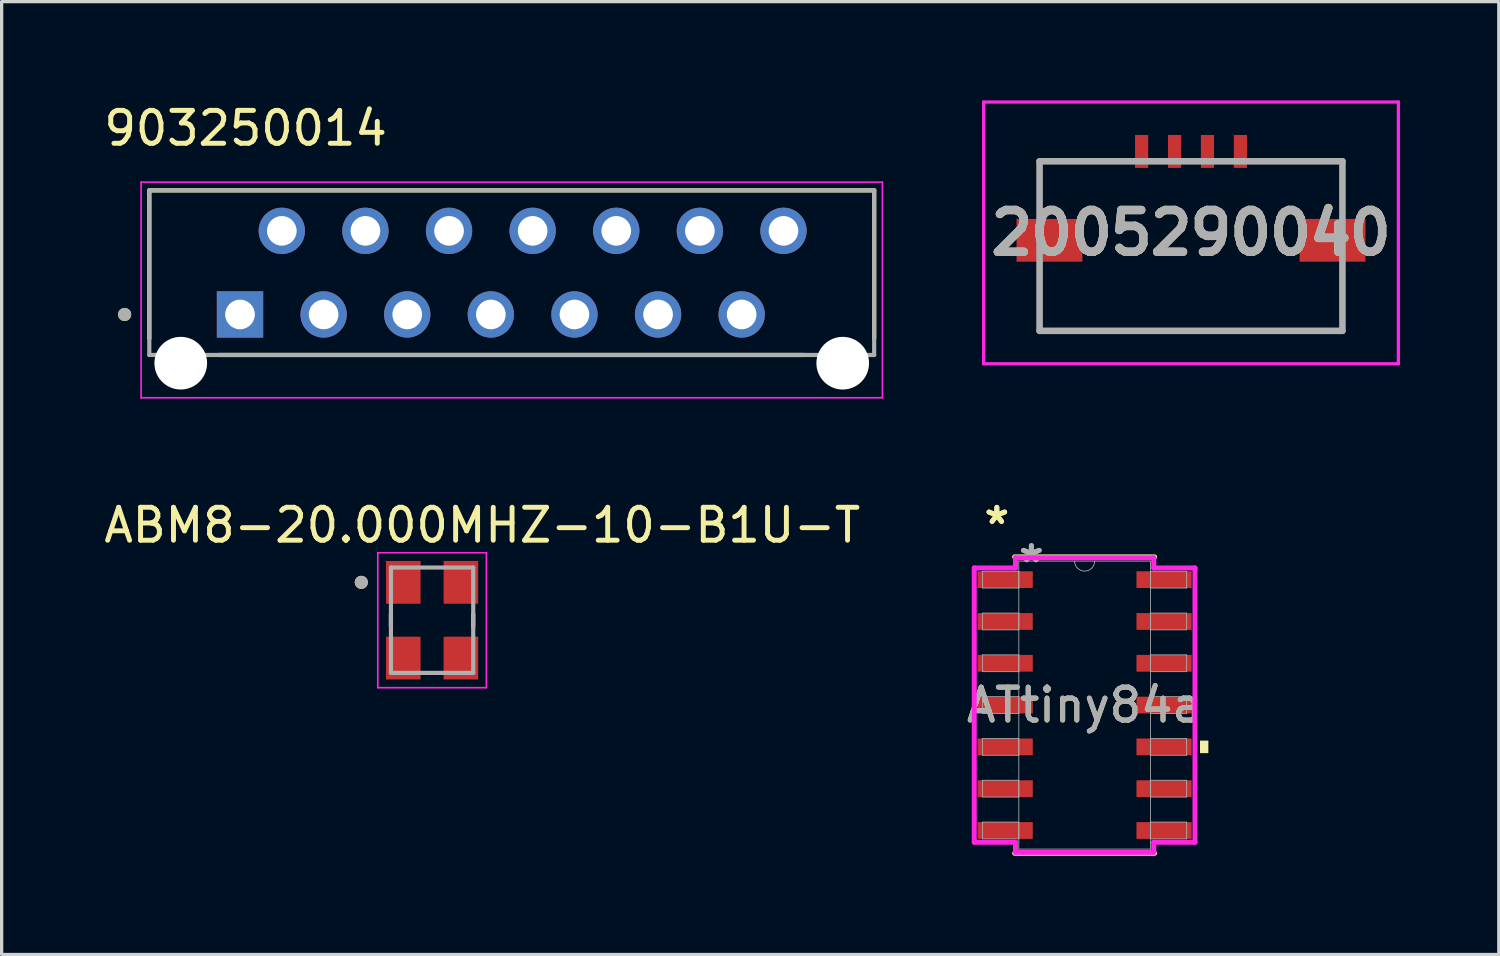
<source format=kicad_pcb>
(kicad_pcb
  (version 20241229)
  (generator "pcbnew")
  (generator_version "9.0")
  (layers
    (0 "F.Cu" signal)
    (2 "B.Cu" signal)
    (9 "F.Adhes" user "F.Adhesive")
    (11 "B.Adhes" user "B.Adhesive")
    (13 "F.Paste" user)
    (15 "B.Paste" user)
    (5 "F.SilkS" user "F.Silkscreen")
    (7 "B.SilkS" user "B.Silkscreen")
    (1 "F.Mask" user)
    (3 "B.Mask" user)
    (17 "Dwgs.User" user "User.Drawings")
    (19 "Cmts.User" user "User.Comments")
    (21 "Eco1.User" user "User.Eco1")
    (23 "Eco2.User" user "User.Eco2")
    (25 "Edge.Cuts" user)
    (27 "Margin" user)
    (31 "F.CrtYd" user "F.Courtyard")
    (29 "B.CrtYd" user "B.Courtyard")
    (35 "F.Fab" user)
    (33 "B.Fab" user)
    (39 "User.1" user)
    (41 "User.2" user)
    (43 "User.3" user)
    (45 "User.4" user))
  (footprint "903250014"
    (layer "F.Cu")
    (at 12.496 5.233)
    (property "Reference" "903250014" (at -8.085 -4.385 0) (layer "F.SilkS") (effects (font (size 1 1) (thickness 0.15))))
    (attr through_hole)
    (fp_line (start -11.01 -2.5) (end 11.01 -2.5) (stroke (width 0.127) (type solid)) (layer "F.SilkS"))
    (fp_line (start -11.01 2) (end -11.01 -2.5) (stroke (width 0.127) (type solid)) (layer "F.SilkS"))
    (fp_line (start 8.88 2.5) (end -8.88 2.5) (stroke (width 0.127) (type solid)) (layer "F.SilkS"))
    (fp_line (start 11.01 -2.5) (end 11.01 2) (stroke (width 0.127) (type solid)) (layer "F.SilkS"))
    (fp_circle (center -11.76 1.27) (end -11.66 1.27) (stroke (width 0.2) (type solid)) (fill no) (layer "F.SilkS"))
    (fp_line (start -11.26 -2.75) (end -11.26 3.8) (stroke (width 0.05) (type solid)) (layer "F.CrtYd"))
    (fp_line (start -11.26 3.8) (end 11.26 3.8) (stroke (width 0.05) (type solid)) (layer "F.CrtYd"))
    (fp_line (start 11.26 -2.75) (end -11.26 -2.75) (stroke (width 0.05) (type solid)) (layer "F.CrtYd"))
    (fp_line (start 11.26 3.8) (end 11.26 -2.75) (stroke (width 0.05) (type solid)) (layer "F.CrtYd"))
    (fp_line (start -11.01 -2.5) (end 11.01 -2.5) (stroke (width 0.127) (type solid)) (layer "F.Fab"))
    (fp_line (start -11.01 2.5) (end -11.01 -2.5) (stroke (width 0.127) (type solid)) (layer "F.Fab"))
    (fp_line (start 11.01 -2.5) (end 11.01 2.5) (stroke (width 0.127) (type solid)) (layer "F.Fab"))
    (fp_line (start 11.01 2.5) (end -11.01 2.5) (stroke (width 0.127) (type solid)) (layer "F.Fab"))
    (fp_circle (center -11.76 1.27) (end -11.66 1.27) (stroke (width 0.2) (type solid)) (fill no) (layer "F.Fab"))
    (pad "" np_thru_hole circle (at -10.055 2.75) (size 1.6 1.6) (drill 1.6) (layers "*.Cu" "*.Mask"))
    (pad "" np_thru_hole circle (at 10.055 2.75) (size 1.6 1.6) (drill 1.6) (layers "*.Cu" "*.Mask"))
    (pad "1" thru_hole rect (at -8.255 1.27) (size 1.408 1.408) (drill 0.9) (layers "*.Cu" "*.Mask"))
    (pad "2" thru_hole circle (at -6.985 -1.27) (size 1.408 1.408) (drill 0.9) (layers "*.Cu" "*.Mask"))
    (pad "3" thru_hole circle (at -5.715 1.27) (size 1.408 1.408) (drill 0.9) (layers "*.Cu" "*.Mask"))
    (pad "4" thru_hole circle (at -4.445 -1.27) (size 1.408 1.408) (drill 0.9) (layers "*.Cu" "*.Mask"))
    (pad "5" thru_hole circle (at -3.175 1.27) (size 1.408 1.408) (drill 0.9) (layers "*.Cu" "*.Mask"))
    (pad "6" thru_hole circle (at -1.905 -1.27) (size 1.408 1.408) (drill 0.9) (layers "*.Cu" "*.Mask"))
    (pad "7" thru_hole circle (at -0.635 1.27) (size 1.408 1.408) (drill 0.9) (layers "*.Cu" "*.Mask"))
    (pad "8" thru_hole circle (at 0.635 -1.27) (size 1.408 1.408) (drill 0.9) (layers "*.Cu" "*.Mask"))
    (pad "9" thru_hole circle (at 1.905 1.27) (size 1.408 1.408) (drill 0.9) (layers "*.Cu" "*.Mask"))
    (pad "10" thru_hole circle (at 3.175 -1.27) (size 1.408 1.408) (drill 0.9) (layers "*.Cu" "*.Mask"))
    (pad "11" thru_hole circle (at 4.445 1.27) (size 1.408 1.408) (drill 0.9) (layers "*.Cu" "*.Mask"))
    (pad "12" thru_hole circle (at 5.715 -1.27) (size 1.408 1.408) (drill 0.9) (layers "*.Cu" "*.Mask"))
    (pad "13" thru_hole circle (at 6.985 1.27) (size 1.408 1.408) (drill 0.9) (layers "*.Cu" "*.Mask"))
    (pad "14" thru_hole circle (at 8.255 -1.27) (size 1.408 1.408) (drill 0.9) (layers "*.Cu" "*.Mask")))
  (footprint "ATtiny84a"
    (layer "F.Cu")
    (at 29.899 18.369)
    (property "Reference" "ATtiny84a" (at 0 0 0) (unlocked yes) (layer "F.SilkS") (effects (font (size 1 1) (thickness 0.15))))
    (attr smd)
    (fp_line (start -2.126 4.501) (end 2.126 4.501) (stroke (width 0.152) (type solid)) (layer "F.SilkS"))
    (fp_line (start 2.126 -4.501) (end -2.126 -4.501) (stroke (width 0.152) (type solid)) (layer "F.SilkS"))
    (fp_poly (pts (xy 3.759 1.079) (xy 3.759 1.46) (xy 3.505 1.46) (xy 3.505 1.079)) (stroke (width 0) (type solid)) (fill yes) (layer "F.SilkS"))
    (fp_line (start -3.353 -4.166) (end -2.101 -4.166) (stroke (width 0.152) (type solid)) (layer "F.CrtYd"))
    (fp_line (start -3.353 4.166) (end -3.353 -4.166) (stroke (width 0.152) (type solid)) (layer "F.CrtYd"))
    (fp_line (start -3.353 4.166) (end -2.101 4.166) (stroke (width 0.152) (type solid)) (layer "F.CrtYd"))
    (fp_line (start -2.101 -4.475) (end 2.101 -4.475) (stroke (width 0.152) (type solid)) (layer "F.CrtYd"))
    (fp_line (start -2.101 -4.166) (end -2.101 -4.475) (stroke (width 0.152) (type solid)) (layer "F.CrtYd"))
    (fp_line (start -2.101 4.475) (end -2.101 4.166) (stroke (width 0.152) (type solid)) (layer "F.CrtYd"))
    (fp_line (start 2.101 -4.475) (end 2.101 -4.166) (stroke (width 0.152) (type solid)) (layer "F.CrtYd"))
    (fp_line (start 2.101 4.166) (end 2.101 4.475) (stroke (width 0.152) (type solid)) (layer "F.CrtYd"))
    (fp_line (start 2.101 4.475) (end -2.101 4.475) (stroke (width 0.152) (type solid)) (layer "F.CrtYd"))
    (fp_line (start 3.353 -4.166) (end 2.101 -4.166) (stroke (width 0.152) (type solid)) (layer "F.CrtYd"))
    (fp_line (start 3.353 -4.166) (end 3.353 4.166) (stroke (width 0.152) (type solid)) (layer "F.CrtYd"))
    (fp_line (start 3.353 4.166) (end 2.101 4.166) (stroke (width 0.152) (type solid)) (layer "F.CrtYd"))
    (fp_line (start -3.099 -4.065) (end -3.099 -3.555) (stroke (width 0.025) (type solid)) (layer "F.Fab"))
    (fp_line (start -3.099 -3.555) (end -1.999 -3.555) (stroke (width 0.025) (type solid)) (layer "F.Fab"))
    (fp_line (start -3.099 -2.795) (end -3.099 -2.285) (stroke (width 0.025) (type solid)) (layer "F.Fab"))
    (fp_line (start -3.099 -2.285) (end -1.999 -2.285) (stroke (width 0.025) (type solid)) (layer "F.Fab"))
    (fp_line (start -3.099 -1.525) (end -3.099 -1.015) (stroke (width 0.025) (type solid)) (layer "F.Fab"))
    (fp_line (start -3.099 -1.015) (end -1.999 -1.015) (stroke (width 0.025) (type solid)) (layer "F.Fab"))
    (fp_line (start -3.099 -0.255) (end -3.099 0.255) (stroke (width 0.025) (type solid)) (layer "F.Fab"))
    (fp_line (start -3.099 0.255) (end -1.999 0.255) (stroke (width 0.025) (type solid)) (layer "F.Fab"))
    (fp_line (start -3.099 1.015) (end -3.099 1.525) (stroke (width 0.025) (type solid)) (layer "F.Fab"))
    (fp_line (start -3.099 1.525) (end -1.999 1.525) (stroke (width 0.025) (type solid)) (layer "F.Fab"))
    (fp_line (start -3.099 2.285) (end -3.099 2.795) (stroke (width 0.025) (type solid)) (layer "F.Fab"))
    (fp_line (start -3.099 2.795) (end -1.999 2.795) (stroke (width 0.025) (type solid)) (layer "F.Fab"))
    (fp_line (start -3.099 3.555) (end -3.099 4.065) (stroke (width 0.025) (type solid)) (layer "F.Fab"))
    (fp_line (start -3.099 4.065) (end -1.999 4.065) (stroke (width 0.025) (type solid)) (layer "F.Fab"))
    (fp_line (start -1.999 -4.374) (end -1.999 4.374) (stroke (width 0.025) (type solid)) (layer "F.Fab"))
    (fp_line (start -1.999 -4.065) (end -3.099 -4.065) (stroke (width 0.025) (type solid)) (layer "F.Fab"))
    (fp_line (start -1.999 -3.555) (end -1.999 -4.065) (stroke (width 0.025) (type solid)) (layer "F.Fab"))
    (fp_line (start -1.999 -2.795) (end -3.099 -2.795) (stroke (width 0.025) (type solid)) (layer "F.Fab"))
    (fp_line (start -1.999 -2.285) (end -1.999 -2.795) (stroke (width 0.025) (type solid)) (layer "F.Fab"))
    (fp_line (start -1.999 -1.525) (end -3.099 -1.525) (stroke (width 0.025) (type solid)) (layer "F.Fab"))
    (fp_line (start -1.999 -1.015) (end -1.999 -1.525) (stroke (width 0.025) (type solid)) (layer "F.Fab"))
    (fp_line (start -1.999 -0.255) (end -3.099 -0.255) (stroke (width 0.025) (type solid)) (layer "F.Fab"))
    (fp_line (start -1.999 0.255) (end -1.999 -0.255) (stroke (width 0.025) (type solid)) (layer "F.Fab"))
    (fp_line (start -1.999 1.015) (end -3.099 1.015) (stroke (width 0.025) (type solid)) (layer "F.Fab"))
    (fp_line (start -1.999 1.525) (end -1.999 1.015) (stroke (width 0.025) (type solid)) (layer "F.Fab"))
    (fp_line (start -1.999 2.285) (end -3.099 2.285) (stroke (width 0.025) (type solid)) (layer "F.Fab"))
    (fp_line (start -1.999 2.795) (end -1.999 2.285) (stroke (width 0.025) (type solid)) (layer "F.Fab"))
    (fp_line (start -1.999 3.555) (end -3.099 3.555) (stroke (width 0.025) (type solid)) (layer "F.Fab"))
    (fp_line (start -1.999 4.065) (end -1.999 3.555) (stroke (width 0.025) (type solid)) (layer "F.Fab"))
    (fp_line (start -1.999 4.374) (end 1.999 4.374) (stroke (width 0.025) (type solid)) (layer "F.Fab"))
    (fp_line (start 1.999 -4.374) (end -1.999 -4.374) (stroke (width 0.025) (type solid)) (layer "F.Fab"))
    (fp_line (start 1.999 -4.065) (end 1.999 -3.555) (stroke (width 0.025) (type solid)) (layer "F.Fab"))
    (fp_line (start 1.999 -3.555) (end 3.099 -3.555) (stroke (width 0.025) (type solid)) (layer "F.Fab"))
    (fp_line (start 1.999 -2.795) (end 1.999 -2.285) (stroke (width 0.025) (type solid)) (layer "F.Fab"))
    (fp_line (start 1.999 -2.285) (end 3.099 -2.285) (stroke (width 0.025) (type solid)) (layer "F.Fab"))
    (fp_line (start 1.999 -1.525) (end 1.999 -1.015) (stroke (width 0.025) (type solid)) (layer "F.Fab"))
    (fp_line (start 1.999 -1.015) (end 3.099 -1.015) (stroke (width 0.025) (type solid)) (layer "F.Fab"))
    (fp_line (start 1.999 -0.255) (end 1.999 0.255) (stroke (width 0.025) (type solid)) (layer "F.Fab"))
    (fp_line (start 1.999 0.255) (end 3.099 0.255) (stroke (width 0.025) (type solid)) (layer "F.Fab"))
    (fp_line (start 1.999 1.015) (end 1.999 1.525) (stroke (width 0.025) (type solid)) (layer "F.Fab"))
    (fp_line (start 1.999 1.525) (end 3.099 1.525) (stroke (width 0.025) (type solid)) (layer "F.Fab"))
    (fp_line (start 1.999 2.285) (end 1.999 2.795) (stroke (width 0.025) (type solid)) (layer "F.Fab"))
    (fp_line (start 1.999 2.795) (end 3.099 2.795) (stroke (width 0.025) (type solid)) (layer "F.Fab"))
    (fp_line (start 1.999 3.555) (end 1.999 4.065) (stroke (width 0.025) (type solid)) (layer "F.Fab"))
    (fp_line (start 1.999 4.065) (end 3.099 4.065) (stroke (width 0.025) (type solid)) (layer "F.Fab"))
    (fp_line (start 1.999 4.374) (end 1.999 -4.374) (stroke (width 0.025) (type solid)) (layer "F.Fab"))
    (fp_line (start 3.099 -4.065) (end 1.999 -4.065) (stroke (width 0.025) (type solid)) (layer "F.Fab"))
    (fp_line (start 3.099 -3.555) (end 3.099 -4.065) (stroke (width 0.025) (type solid)) (layer "F.Fab"))
    (fp_line (start 3.099 -2.795) (end 1.999 -2.795) (stroke (width 0.025) (type solid)) (layer "F.Fab"))
    (fp_line (start 3.099 -2.285) (end 3.099 -2.795) (stroke (width 0.025) (type solid)) (layer "F.Fab"))
    (fp_line (start 3.099 -1.525) (end 1.999 -1.525) (stroke (width 0.025) (type solid)) (layer "F.Fab"))
    (fp_line (start 3.099 -1.015) (end 3.099 -1.525) (stroke (width 0.025) (type solid)) (layer "F.Fab"))
    (fp_line (start 3.099 -0.255) (end 1.999 -0.255) (stroke (width 0.025) (type solid)) (layer "F.Fab"))
    (fp_line (start 3.099 0.255) (end 3.099 -0.255) (stroke (width 0.025) (type solid)) (layer "F.Fab"))
    (fp_line (start 3.099 1.015) (end 1.999 1.015) (stroke (width 0.025) (type solid)) (layer "F.Fab"))
    (fp_line (start 3.099 1.525) (end 3.099 1.015) (stroke (width 0.025) (type solid)) (layer "F.Fab"))
    (fp_line (start 3.099 2.285) (end 1.999 2.285) (stroke (width 0.025) (type solid)) (layer "F.Fab"))
    (fp_line (start 3.099 2.795) (end 3.099 2.285) (stroke (width 0.025) (type solid)) (layer "F.Fab"))
    (fp_line (start 3.099 3.555) (end 1.999 3.555) (stroke (width 0.025) (type solid)) (layer "F.Fab"))
    (fp_line (start 3.099 4.065) (end 3.099 3.555) (stroke (width 0.025) (type solid)) (layer "F.Fab"))
    (fp_arc (start 0.3048 -4.37388) (mid 0 -4.06908) (end -0.3048 -4.37388) (stroke (width 0.0254) (type solid)) (layer "F.Fab"))
    (fp_text user "*" (at -2.667 -5.462 0) (unlocked yes) (layer "F.SilkS") (effects (font (size 1 1) (thickness 0.15))))
    (fp_text user "*" (at -2.667 -5.462 0) (layer "F.SilkS") (effects (font (size 1 1) (thickness 0.15))))
    (fp_text user "*" (at -1.618 -4.298 0) (layer "F.Fab") (effects (font (size 1 1) (thickness 0.15))))
    (fp_text user "*" (at -1.618 -4.298 0) (unlocked yes) (layer "F.Fab") (effects (font (size 1 1) (thickness 0.15))))
    (fp_text user "${REFERENCE}" (at 0 0 0) (unlocked yes) (layer "F.Fab") (effects (font (size 1 1) (thickness 0.15))))
    (pad "1" smd rect (at -2.413 -3.81) (size 1.676 0.509) (layers "F.Cu" "F.Mask" "F.Paste"))
    (pad "2" smd rect (at -2.413 -2.54) (size 1.676 0.509) (layers "F.Cu" "F.Mask" "F.Paste"))
    (pad "3" smd rect (at -2.413 -1.27) (size 1.676 0.509) (layers "F.Cu" "F.Mask" "F.Paste"))
    (pad "4" smd rect (at -2.413 0) (size 1.676 0.509) (layers "F.Cu" "F.Mask" "F.Paste"))
    (pad "5" smd rect (at -2.413 1.27) (size 1.676 0.509) (layers "F.Cu" "F.Mask" "F.Paste"))
    (pad "6" smd rect (at -2.413 2.54) (size 1.676 0.509) (layers "F.Cu" "F.Mask" "F.Paste"))
    (pad "7" smd rect (at -2.413 3.81) (size 1.676 0.509) (layers "F.Cu" "F.Mask" "F.Paste"))
    (pad "8" smd rect (at 2.413 3.81) (size 1.676 0.509) (layers "F.Cu" "F.Mask" "F.Paste"))
    (pad "9" smd rect (at 2.413 2.54) (size 1.676 0.509) (layers "F.Cu" "F.Mask" "F.Paste"))
    (pad "10" smd rect (at 2.413 1.27) (size 1.676 0.509) (layers "F.Cu" "F.Mask" "F.Paste"))
    (pad "11" smd rect (at 2.413 0) (size 1.676 0.509) (layers "F.Cu" "F.Mask" "F.Paste"))
    (pad "12" smd rect (at 2.413 -1.27) (size 1.676 0.509) (layers "F.Cu" "F.Mask" "F.Paste"))
    (pad "13" smd rect (at 2.413 -2.54) (size 1.676 0.509) (layers "F.Cu" "F.Mask" "F.Paste"))
    (pad "14" smd rect (at 2.413 -3.81) (size 1.676 0.509) (layers "F.Cu" "F.Mask" "F.Paste")))
  (footprint "2005290040"
    (layer "F.Cu")
    (at 33.131 4.025)
    (property "Reference" "2005290040" (at 0 0 0) (layer "F.SilkS") (effects (font (size 1.27 1.27) (thickness 0.254))))
    (attr smd)
    (fp_line (start -4.6 -2.175) (end -2 -2.175) (stroke (width 0.1) (type solid)) (layer "F.SilkS"))
    (fp_line (start -4.6 -0.675) (end -4.6 -2.175) (stroke (width 0.1) (type solid)) (layer "F.SilkS"))
    (fp_line (start -4.6 1.325) (end -4.6 2.825) (stroke (width 0.1) (type solid)) (layer "F.SilkS"))
    (fp_line (start -4.6 2.825) (end -4.6 2.975) (stroke (width 0.1) (type solid)) (layer "F.SilkS"))
    (fp_line (start -4.6 2.975) (end 4.6 2.975) (stroke (width 0.1) (type solid)) (layer "F.SilkS"))
    (fp_line (start 2 -2.175) (end 4.6 -2.175) (stroke (width 0.1) (type solid)) (layer "F.SilkS"))
    (fp_line (start 4.6 -2.175) (end 4.6 -0.675) (stroke (width 0.1) (type solid)) (layer "F.SilkS"))
    (fp_line (start 4.6 2.975) (end 4.6 1.325) (stroke (width 0.1) (type solid)) (layer "F.SilkS"))
    (fp_line (start -6.3 -3.975) (end 6.3 -3.975) (stroke (width 0.1) (type solid)) (layer "F.CrtYd"))
    (fp_line (start -6.3 3.975) (end -6.3 -3.975) (stroke (width 0.1) (type solid)) (layer "F.CrtYd"))
    (fp_line (start 6.3 -3.975) (end 6.3 3.975) (stroke (width 0.1) (type solid)) (layer "F.CrtYd"))
    (fp_line (start 6.3 3.975) (end -6.3 3.975) (stroke (width 0.1) (type solid)) (layer "F.CrtYd"))
    (fp_line (start -4.6 -2.175) (end 4.6 -2.175) (stroke (width 0.2) (type solid)) (layer "F.Fab"))
    (fp_line (start -4.6 2.975) (end -4.6 -2.175) (stroke (width 0.2) (type solid)) (layer "F.Fab"))
    (fp_line (start 4.6 -2.175) (end 4.6 2.975) (stroke (width 0.2) (type solid)) (layer "F.Fab"))
    (fp_line (start 4.6 2.975) (end -4.6 2.975) (stroke (width 0.2) (type solid)) (layer "F.Fab"))
    (fp_text user "${REFERENCE}" (at 0 0 0) (layer "F.Fab") (effects (font (size 1.27 1.27) (thickness 0.254))))
    (pad "1" smd rect (at -1.5 -2.475) (size 0.4 1) (layers "F.Cu" "F.Mask" "F.Paste"))
    (pad "2" smd rect (at -0.5 -2.475) (size 0.4 1) (layers "F.Cu" "F.Mask" "F.Paste"))
    (pad "3" smd rect (at 0.5 -2.475) (size 0.4 1) (layers "F.Cu" "F.Mask" "F.Paste"))
    (pad "4" smd rect (at 1.5 -2.475) (size 0.4 1) (layers "F.Cu" "F.Mask" "F.Paste"))
    (pad "5" smd rect (at -4.3 0.225 90) (size 1.3 2) (layers "F.Cu" "F.Mask" "F.Paste"))
    (pad "6" smd rect (at 4.3 0.225 90) (size 1.3 2) (layers "F.Cu" "F.Mask" "F.Paste")))
  (footprint "ABM8-20.000MHZ-10-B1U-T"
    (layer "F.Cu")
    (at 10.076 15.791)
    (property "Reference" "ABM8-20.000MHZ-10-B1U-T" (at 1.525 -2.885 0) (layer "F.SilkS") (effects (font (size 1 1) (thickness 0.15))))
    (attr smd)
    (fp_line (start -1.25 -0.18) (end -1.25 0.18) (stroke (width 0.127) (type solid)) (layer "F.SilkS"))
    (fp_line (start 1.25 -0.18) (end 1.25 0.18) (stroke (width 0.127) (type solid)) (layer "F.SilkS"))
    (fp_circle (center -2.15 -1.15) (end -2.05 -1.15) (stroke (width 0.2) (type solid)) (fill no) (layer "F.SilkS"))
    (fp_line (start -1.65 -2.05) (end -1.65 2.05) (stroke (width 0.05) (type solid)) (layer "F.CrtYd"))
    (fp_line (start -1.65 -2.05) (end 1.65 -2.05) (stroke (width 0.05) (type solid)) (layer "F.CrtYd"))
    (fp_line (start 1.65 -2.05) (end 1.65 2.05) (stroke (width 0.05) (type solid)) (layer "F.CrtYd"))
    (fp_line (start 1.65 2.05) (end -1.65 2.05) (stroke (width 0.05) (type solid)) (layer "F.CrtYd"))
    (fp_line (start -1.25 -1.6) (end -1.25 1.6) (stroke (width 0.127) (type solid)) (layer "F.Fab"))
    (fp_line (start -1.25 -1.6) (end 1.25 -1.6) (stroke (width 0.127) (type solid)) (layer "F.Fab"))
    (fp_line (start 1.25 -1.6) (end 1.25 1.6) (stroke (width 0.127) (type solid)) (layer "F.Fab"))
    (fp_line (start 1.25 1.6) (end -1.25 1.6) (stroke (width 0.127) (type solid)) (layer "F.Fab"))
    (fp_circle (center -2.15 -1.15) (end -2.05 -1.15) (stroke (width 0.2) (type solid)) (fill no) (layer "F.Fab"))
    (pad "1" smd rect (at -0.875 -1.15) (size 1.05 1.3) (layers "F.Cu" "F.Mask" "F.Paste"))
    (pad "2" smd rect (at -0.875 1.15) (size 1.05 1.3) (layers "F.Cu" "F.Mask" "F.Paste"))
    (pad "3" smd rect (at 0.875 1.15) (size 1.05 1.3) (layers "F.Cu" "F.Mask" "F.Paste"))
    (pad "4" smd rect (at 0.875 -1.15) (size 1.05 1.3) (layers "F.Cu" "F.Mask" "F.Paste")))
  (gr_rect
    (start -3 -3)
    (end 42.481 25.946)
    (stroke (width 0.1) (type default))
    (fill no)
    (layer "Edge.Cuts")))
</source>
